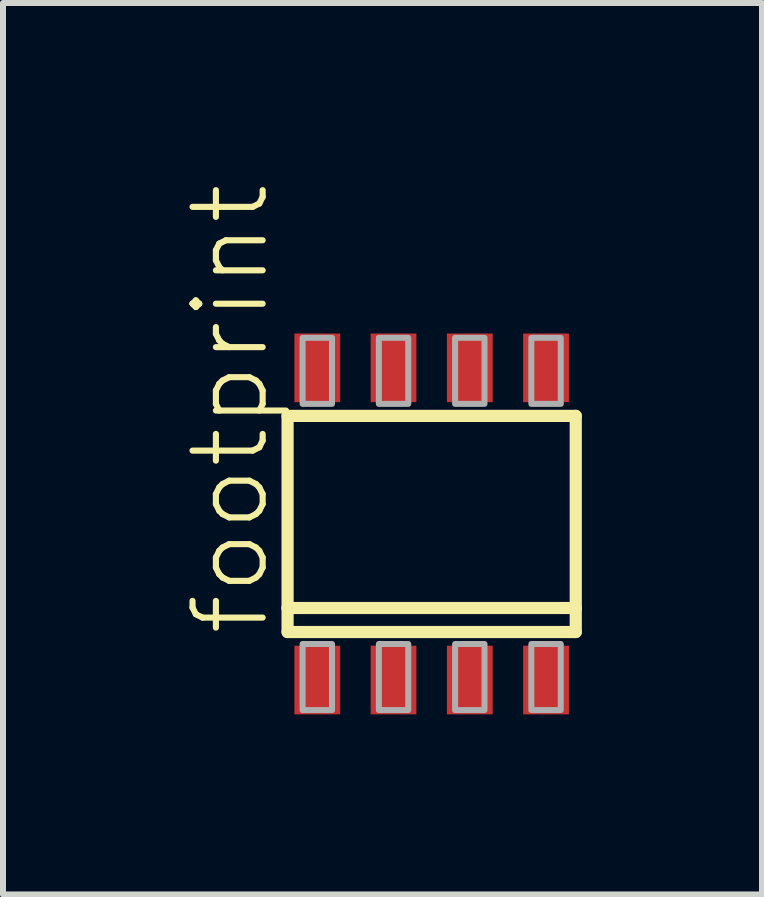
<source format=kicad_pcb>
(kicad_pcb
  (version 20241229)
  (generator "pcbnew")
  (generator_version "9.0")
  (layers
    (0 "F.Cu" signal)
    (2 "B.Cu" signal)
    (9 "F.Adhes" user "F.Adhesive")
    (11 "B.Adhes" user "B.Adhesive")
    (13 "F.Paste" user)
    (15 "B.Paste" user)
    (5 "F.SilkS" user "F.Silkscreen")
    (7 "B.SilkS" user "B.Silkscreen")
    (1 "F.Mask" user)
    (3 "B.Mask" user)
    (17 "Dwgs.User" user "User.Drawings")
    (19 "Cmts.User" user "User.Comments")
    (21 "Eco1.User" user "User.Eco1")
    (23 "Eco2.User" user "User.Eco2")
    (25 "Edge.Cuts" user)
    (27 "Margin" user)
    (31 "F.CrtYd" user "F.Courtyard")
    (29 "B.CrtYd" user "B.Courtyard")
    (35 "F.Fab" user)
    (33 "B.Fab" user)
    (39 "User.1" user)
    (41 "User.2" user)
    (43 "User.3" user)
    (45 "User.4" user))
  (footprint "footprint"
    (layer "F.Cu")
    (at 4.14 5.677)
    (property "Reference" "footprint" (at -2.667 1.905 90) (layer "F.SilkS") (effects (font (size 1.168 1.168) (thickness 0.102)) (justify left bottom)))
    (fp_line (start -2.4 -1.8) (end 2.4 -1.8) (stroke (width 0.203) (type solid)) (layer "F.SilkS"))
    (fp_line (start -2.4 1.4) (end -2.4 -1.8) (stroke (width 0.203) (type solid)) (layer "F.SilkS"))
    (fp_line (start -2.4 1.8) (end -2.4 1.4) (stroke (width 0.203) (type solid)) (layer "F.SilkS"))
    (fp_line (start 2.4 -1.8) (end 2.4 1.4) (stroke (width 0.203) (type solid)) (layer "F.SilkS"))
    (fp_line (start 2.4 1.4) (end -2.4 1.4) (stroke (width 0.203) (type solid)) (layer "F.SilkS"))
    (fp_line (start 2.4 1.4) (end 2.4 1.8) (stroke (width 0.203) (type solid)) (layer "F.SilkS"))
    (fp_line (start 2.4 1.8) (end -2.4 1.8) (stroke (width 0.203) (type solid)) (layer "F.SilkS"))
    (fp_poly (pts (xy -2.15 -2) (xy -1.66 -2) (xy -1.66 -3.1) (xy -2.15 -3.1)) (stroke (width 0.1) (type solid)) (fill no) (layer "F.Fab"))
    (fp_poly (pts (xy -2.15 3.1) (xy -1.66 3.1) (xy -1.66 2) (xy -2.15 2)) (stroke (width 0.1) (type solid)) (fill no) (layer "F.Fab"))
    (fp_poly (pts (xy -0.88 -2) (xy -0.39 -2) (xy -0.39 -3.1) (xy -0.88 -3.1)) (stroke (width 0.1) (type solid)) (fill no) (layer "F.Fab"))
    (fp_poly (pts (xy -0.88 3.1) (xy -0.39 3.1) (xy -0.39 2) (xy -0.88 2)) (stroke (width 0.1) (type solid)) (fill no) (layer "F.Fab"))
    (fp_poly (pts (xy 0.39 -2) (xy 0.88 -2) (xy 0.88 -3.1) (xy 0.39 -3.1)) (stroke (width 0.1) (type solid)) (fill no) (layer "F.Fab"))
    (fp_poly (pts (xy 0.39 3.1) (xy 0.88 3.1) (xy 0.88 2) (xy 0.39 2)) (stroke (width 0.1) (type solid)) (fill no) (layer "F.Fab"))
    (fp_poly (pts (xy 1.66 -2) (xy 2.15 -2) (xy 2.15 -3.1) (xy 1.66 -3.1)) (stroke (width 0.1) (type solid)) (fill no) (layer "F.Fab"))
    (fp_poly (pts (xy 1.66 3.1) (xy 2.15 3.1) (xy 2.15 2) (xy 1.66 2)) (stroke (width 0.1) (type solid)) (fill no) (layer "F.Fab"))
    (pad "1" smd rect (at -1.905 2.6) (size 0.762 1.143) (layers "F.Cu" "F.Mask" "F.Paste"))
    (pad "2" smd rect (at -0.635 2.6) (size 0.762 1.143) (layers "F.Cu" "F.Mask" "F.Paste"))
    (pad "3" smd rect (at 0.635 2.6) (size 0.762 1.143) (layers "F.Cu" "F.Mask" "F.Paste"))
    (pad "4" smd rect (at 1.905 2.6) (size 0.762 1.143) (layers "F.Cu" "F.Mask" "F.Paste"))
    (pad "5" smd rect (at 1.905 -2.6) (size 0.762 1.143) (layers "F.Cu" "F.Mask" "F.Paste"))
    (pad "6" smd rect (at 0.635 -2.6) (size 0.762 1.143) (layers "F.Cu" "F.Mask" "F.Paste"))
    (pad "7" smd rect (at -0.635 -2.6) (size 0.762 1.143) (layers "F.Cu" "F.Mask" "F.Paste"))
    (pad "8" smd rect (at -1.905 -2.6) (size 0.762 1.143) (layers "F.Cu" "F.Mask" "F.Paste")))
  (gr_rect
    (start -3 -3)
    (end 9.642 11.849)
    (stroke (width 0.1) (type default))
    (fill no)
    (layer "Edge.Cuts")))
</source>
